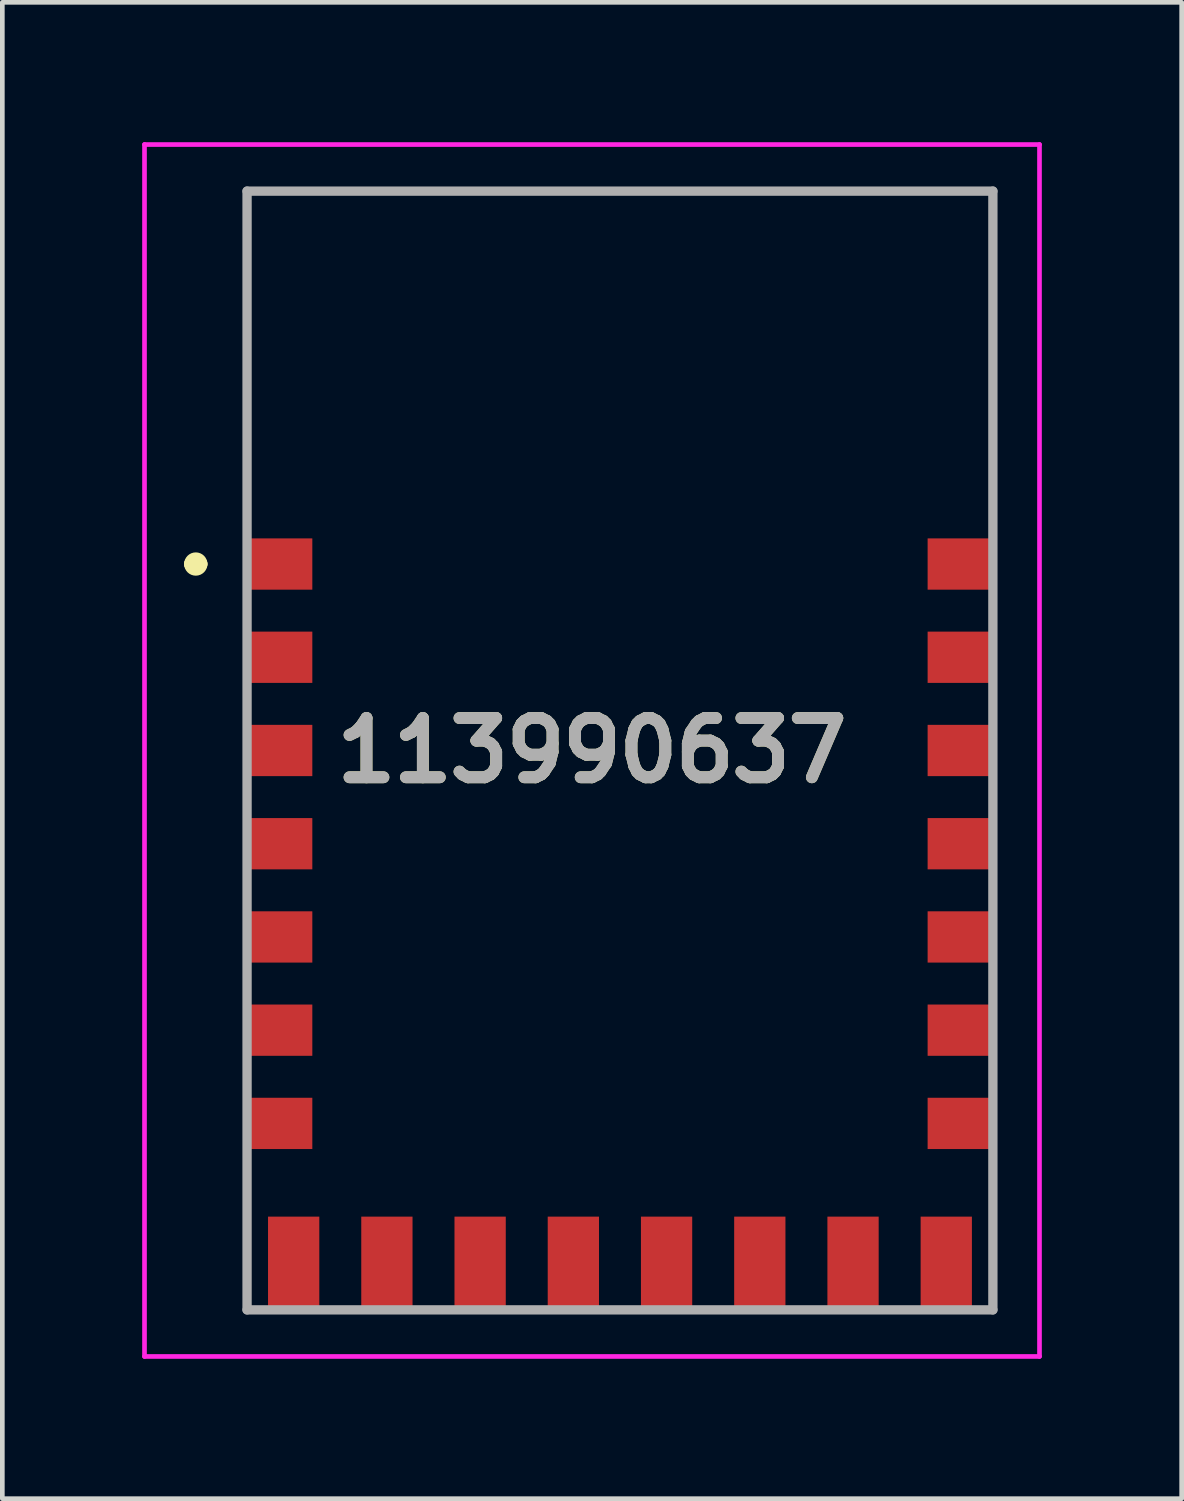
<source format=kicad_pcb>
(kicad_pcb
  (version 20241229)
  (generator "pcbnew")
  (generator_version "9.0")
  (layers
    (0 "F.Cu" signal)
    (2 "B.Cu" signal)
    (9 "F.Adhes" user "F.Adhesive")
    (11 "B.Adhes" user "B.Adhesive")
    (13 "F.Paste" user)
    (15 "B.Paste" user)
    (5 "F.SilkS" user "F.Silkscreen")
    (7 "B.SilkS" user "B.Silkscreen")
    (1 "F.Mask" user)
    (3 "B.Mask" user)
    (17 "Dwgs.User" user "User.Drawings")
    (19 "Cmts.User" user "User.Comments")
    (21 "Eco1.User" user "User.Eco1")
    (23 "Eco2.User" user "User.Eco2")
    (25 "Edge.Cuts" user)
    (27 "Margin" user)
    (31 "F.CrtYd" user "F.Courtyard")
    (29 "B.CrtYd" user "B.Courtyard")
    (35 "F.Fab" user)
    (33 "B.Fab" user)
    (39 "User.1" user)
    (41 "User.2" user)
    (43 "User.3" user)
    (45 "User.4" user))
  (footprint "113990637"
    (layer "F.Cu")
    (at 10.25 13.05)
    (property "Reference" "113990637" (at -0.6 0 0) (layer "F.SilkS") (effects (font (size 1.27 1.27) (thickness 0.254))))
    (attr smd)
    (fp_line (start -9.2 -4) (end -9.2 -4) (stroke (width 0.3) (type solid)) (layer "F.SilkS"))
    (fp_line (start -9 -4) (end -9 -4) (stroke (width 0.3) (type solid)) (layer "F.SilkS"))
    (fp_line (start -8 -12) (end 8 -12) (stroke (width 0.1) (type solid)) (layer "F.SilkS"))
    (fp_line (start -8 -8) (end -8 -12) (stroke (width 0.1) (type solid)) (layer "F.SilkS"))
    (fp_line (start 8 -12) (end 8 -8) (stroke (width 0.1) (type solid)) (layer "F.SilkS"))
    (fp_arc (start -9.2 -4) (mid -9.1 -4.1) (end -9 -4) (stroke (width 0.3) (type solid)) (layer "F.SilkS"))
    (fp_arc (start -9 -4) (mid -9.1 -3.9) (end -9.2 -4) (stroke (width 0.3) (type solid)) (layer "F.SilkS"))
    (fp_line (start -10.2 -13) (end 9 -13) (stroke (width 0.1) (type solid)) (layer "F.CrtYd"))
    (fp_line (start -10.2 13) (end -10.2 -13) (stroke (width 0.1) (type solid)) (layer "F.CrtYd"))
    (fp_line (start 9 -13) (end 9 13) (stroke (width 0.1) (type solid)) (layer "F.CrtYd"))
    (fp_line (start 9 13) (end -10.2 13) (stroke (width 0.1) (type solid)) (layer "F.CrtYd"))
    (fp_line (start -8 -12) (end 8 -12) (stroke (width 0.2) (type solid)) (layer "F.Fab"))
    (fp_line (start -8 12) (end -8 -12) (stroke (width 0.2) (type solid)) (layer "F.Fab"))
    (fp_line (start 8 -12) (end 8 12) (stroke (width 0.2) (type solid)) (layer "F.Fab"))
    (fp_line (start 8 12) (end -8 12) (stroke (width 0.2) (type solid)) (layer "F.Fab"))
    (fp_text user "${REFERENCE}" (at -0.6 0 0) (layer "F.Fab") (effects (font (size 1.27 1.27) (thickness 0.254))))
    (pad "1" smd rect (at -7.3 -4 90) (size 1.1 1.4) (layers "F.Cu" "F.Mask" "F.Paste"))
    (pad "2" smd rect (at -7.3 -2 90) (size 1.1 1.4) (layers "F.Cu" "F.Mask" "F.Paste"))
    (pad "3" smd rect (at -7.3 0 90) (size 1.1 1.4) (layers "F.Cu" "F.Mask" "F.Paste"))
    (pad "4" smd rect (at -7.3 2 90) (size 1.1 1.4) (layers "F.Cu" "F.Mask" "F.Paste"))
    (pad "5" smd rect (at -7.3 4 90) (size 1.1 1.4) (layers "F.Cu" "F.Mask" "F.Paste"))
    (pad "6" smd rect (at -7.3 6 90) (size 1.1 1.4) (layers "F.Cu" "F.Mask" "F.Paste"))
    (pad "7" smd rect (at -7.3 8 90) (size 1.1 1.4) (layers "F.Cu" "F.Mask" "F.Paste"))
    (pad "8" smd rect (at -7 11) (size 1.1 2) (layers "F.Cu" "F.Mask" "F.Paste"))
    (pad "9" smd rect (at -5 11) (size 1.1 2) (layers "F.Cu" "F.Mask" "F.Paste"))
    (pad "10" smd rect (at -3 11) (size 1.1 2) (layers "F.Cu" "F.Mask" "F.Paste"))
    (pad "11" smd rect (at -1 11) (size 1.1 2) (layers "F.Cu" "F.Mask" "F.Paste"))
    (pad "12" smd rect (at 1 11) (size 1.1 2) (layers "F.Cu" "F.Mask" "F.Paste"))
    (pad "13" smd rect (at 3 11) (size 1.1 2) (layers "F.Cu" "F.Mask" "F.Paste"))
    (pad "14" smd rect (at 5 11) (size 1.1 2) (layers "F.Cu" "F.Mask" "F.Paste"))
    (pad "15" smd rect (at 7 11) (size 1.1 2) (layers "F.Cu" "F.Mask" "F.Paste"))
    (pad "16" smd rect (at 7.3 8 90) (size 1.1 1.4) (layers "F.Cu" "F.Mask" "F.Paste"))
    (pad "17" smd rect (at 7.3 6 90) (size 1.1 1.4) (layers "F.Cu" "F.Mask" "F.Paste"))
    (pad "18" smd rect (at 7.3 4 90) (size 1.1 1.4) (layers "F.Cu" "F.Mask" "F.Paste"))
    (pad "19" smd rect (at 7.3 2 90) (size 1.1 1.4) (layers "F.Cu" "F.Mask" "F.Paste"))
    (pad "20" smd rect (at 7.3 0 90) (size 1.1 1.4) (layers "F.Cu" "F.Mask" "F.Paste"))
    (pad "21" smd rect (at 7.3 -2 90) (size 1.1 1.4) (layers "F.Cu" "F.Mask" "F.Paste"))
    (pad "22" smd rect (at 7.3 -4 90) (size 1.1 1.4) (layers "F.Cu" "F.Mask" "F.Paste")))
  (gr_rect
    (start -3 -3)
    (end 22.3 29.1)
    (stroke (width 0.1) (type default))
    (fill no)
    (layer "Edge.Cuts")))
</source>
